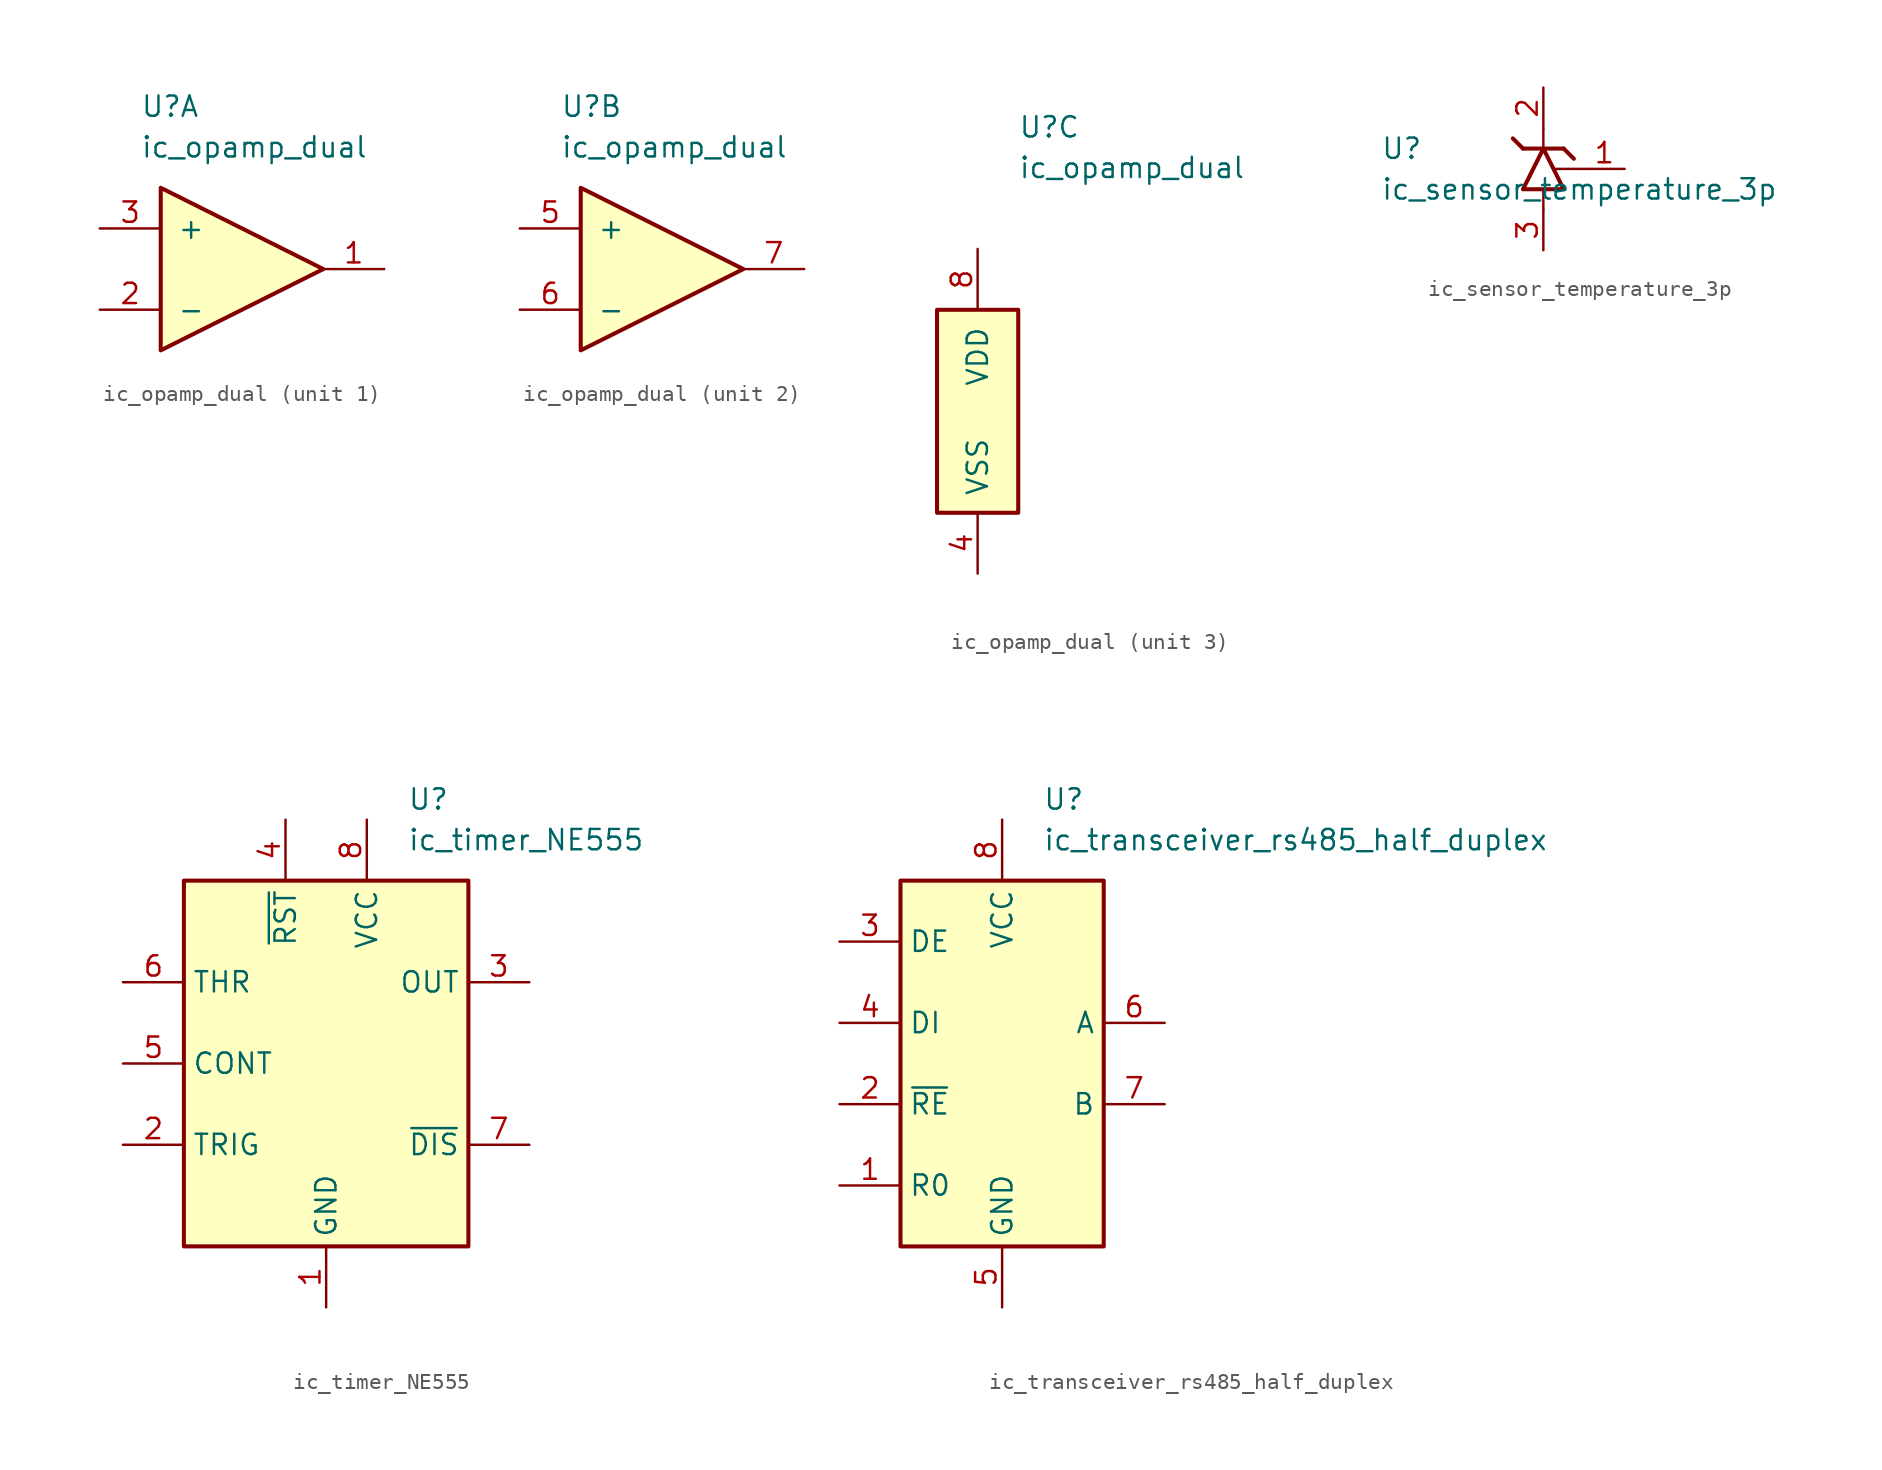
<source format=kicad_sym>
(kicad_symbol_lib
  (version 20241209)
  (generator "kicad_symbol_editor")
  (generator_version "9.0")
  (symbol "ic_opamp_dual"
    (pin_names
      (offset 1.016))
    (property "Reference" "U"
      (at 2.54 7.62 0)
      (effects (font (size 1.27 1.27)) (justify left)))
    (property "Value" "ic_opamp_dual"
      (at 2.54 5.08 0)
      (effects (font (size 1.27 1.27)) (justify left)))
    (property "ki_locked" ""
      (at 0 0 0)
      (effects (font (size 1.27 1.27))))
    (symbol "ic_opamp_dual_1_1"
      (polyline (pts (xy 3.81 2.54) (xy 3.81 -7.62) (xy 13.97 -2.54) (xy 3.81 2.54)) (stroke (width 0.254) (type default)) (fill (type background)))
      (pin input line (at 0 0 0) (length 3.81) (name "+" (effects (font (size 1.27 1.27)))) (number "3" (effects (font (size 1.27 1.27)))))
      (pin input line (at 0 -5.08 0) (length 3.81) (name "-" (effects (font (size 1.27 1.27)))) (number "2" (effects (font (size 1.27 1.27)))))
      (pin output line (at 17.78 -2.54 180) (length 3.81) (name "~" (effects (font (size 1.27 1.27)))) (number "1" (effects (font (size 1.27 1.27))))))
    (symbol "ic_opamp_dual_2_1"
      (polyline (pts (xy 3.81 2.54) (xy 3.81 -7.62) (xy 13.97 -2.54) (xy 3.81 2.54)) (stroke (width 0.254) (type default)) (fill (type background)))
      (pin input line (at 0 0 0) (length 3.81) (name "+" (effects (font (size 1.27 1.27)))) (number "5" (effects (font (size 1.27 1.27)))))
      (pin input line (at 0 -5.08 0) (length 3.81) (name "-" (effects (font (size 1.27 1.27)))) (number "6" (effects (font (size 1.27 1.27)))))
      (pin output line (at 17.78 -2.54 180) (length 3.81) (name "~" (effects (font (size 1.27 1.27)))) (number "7" (effects (font (size 1.27 1.27))))))
    (symbol "ic_opamp_dual_3_1"
      (rectangle (start -2.54 -3.81) (end 2.54 -16.51) (stroke (width 0.254) (type default)) (fill (type background)))
      (pin power_in line (at 0 0 270) (length 3.81) (name "VDD" (effects (font (size 1.27 1.27)))) (number "8" (effects (font (size 1.27 1.27)))))
      (pin power_in line (at 0 -20.32 90) (length 3.81) (name "VSS" (effects (font (size 1.27 1.27)))) (number "4" (effects (font (size 1.27 1.27)))))))
  (symbol "ic_sensor_temperature_3p"
    (pin_names
      (offset 1.016)
      (hide yes))
    (property "Reference" "U"
      (at -10.16 -3.81 0)
      (effects (font (size 1.27 1.27)) (justify left)))
    (property "Value" "ic_sensor_temperature_3p"
      (at -10.16 -6.35 0)
      (effects (font (size 1.27 1.27)) (justify left)))
    (symbol "ic_sensor_temperature_3p_0_1"
      (polyline (pts (xy -1.27 -3.81) (xy -1.905 -3.175)) (stroke (width 0.254) (type default)) (fill (type none)))
      (polyline (pts (xy -1.27 -6.35) (xy 1.27 -6.35) (xy 0 -3.81) (xy -1.27 -6.35)) (stroke (width 0.254) (type default)) (fill (type none)))
      (polyline (pts (xy 0 -2.54) (xy 0 -3.81)) (stroke (width 0) (type default)) (fill (type none)))
      (polyline (pts (xy 0 -7.62) (xy 0 -6.35)) (stroke (width 0) (type default)) (fill (type none)))
      (polyline (pts (xy 1.27 -3.81) (xy -1.27 -3.81)) (stroke (width 0.254) (type default)) (fill (type none)))
      (polyline (pts (xy 1.27 -3.81) (xy 1.905 -4.445)) (stroke (width 0.254) (type default)) (fill (type none)))
      (polyline (pts (xy 2.54 -5.08) (xy 0.762 -5.08)) (stroke (width 0) (type default)) (fill (type none))))
    (symbol "ic_sensor_temperature_3p_1_1"
      (pin passive line (at 0 0 270) (length 2.54) (name "" (effects (font (size 1.27 1.27)))) (number "2" (effects (font (size 1.27 1.27)))))
      (pin passive line (at 0 -10.16 90) (length 2.54) (name "" (effects (font (size 1.27 1.27)))) (number "3" (effects (font (size 1.27 1.27)))))
      (pin passive line (at 5.08 -5.08 180) (length 2.54) (name "" (effects (font (size 1.27 1.27)))) (number "1" (effects (font (size 1.27 1.27)))))))
  (symbol "ic_timer_NE555"
    (property "Reference" "U"
      (at 17.78 11.43 0)
      (effects (font (size 1.27 1.27)) (justify left)))
    (property "Value" "ic_timer_NE555"
      (at 17.78 8.89 0)
      (effects (font (size 1.27 1.27)) (justify left)))
    (symbol "ic_timer_NE555_0_1"
      (rectangle (start 3.81 6.35) (end 21.59 -16.51) (stroke (width 0.254) (type default)) (fill (type background))))
    (symbol "ic_timer_NE555_1_1"
      (pin input line (at 0 0 0) (length 3.81) (name "THR" (effects (font (size 1.27 1.27)))) (number "6" (effects (font (size 1.27 1.27)))))
      (pin input line (at 0 -5.08 0) (length 3.81) (name "CONT" (effects (font (size 1.27 1.27)))) (number "5" (effects (font (size 1.27 1.27)))))
      (pin input line (at 0 -10.16 0) (length 3.81) (name "TRIG" (effects (font (size 1.27 1.27)))) (number "2" (effects (font (size 1.27 1.27)))))
      (pin input line (at 10.16 10.16 270) (length 3.81) (name "~{RST}" (effects (font (size 1.27 1.27)))) (number "4" (effects (font (size 1.27 1.27)))))
      (pin power_in line (at 12.7 -20.32 90) (length 3.81) (name "GND" (effects (font (size 1.27 1.27)))) (number "1" (effects (font (size 1.27 1.27)))))
      (pin power_in line (at 15.24 10.16 270) (length 3.81) (name "VCC" (effects (font (size 1.27 1.27)))) (number "8" (effects (font (size 1.27 1.27)))))
      (pin output line (at 25.4 0 180) (length 3.81) (name "OUT" (effects (font (size 1.27 1.27)))) (number "3" (effects (font (size 1.27 1.27)))))
      (pin open_collector line (at 25.4 -10.16 180) (length 3.81) (name "~{DIS}" (effects (font (size 1.27 1.27)))) (number "7" (effects (font (size 1.27 1.27)))))))
  (symbol "ic_transceiver_rs485_half_duplex"
    (property "Reference" "U"
      (at 12.7 8.89 0)
      (effects (font (size 1.27 1.27)) (justify left)))
    (property "Value" "ic_transceiver_rs485_half_duplex"
      (at 12.7 6.35 0)
      (effects (font (size 1.27 1.27)) (justify left)))
    (symbol "ic_transceiver_rs485_half_duplex_0_1"
      (rectangle (start 3.81 3.81) (end 16.51 -19.05) (stroke (width 0.254) (type default)) (fill (type background))))
    (symbol "ic_transceiver_rs485_half_duplex_1_1"
      (pin input line (at 0 0 0) (length 3.81) (name "DE" (effects (font (size 1.27 1.27)))) (number "3" (effects (font (size 1.27 1.27)))))
      (pin input line (at 0 -5.08 0) (length 3.81) (name "DI" (effects (font (size 1.27 1.27)))) (number "4" (effects (font (size 1.27 1.27)))))
      (pin input line (at 0 -10.16 0) (length 3.81) (name "~{RE}" (effects (font (size 1.27 1.27)))) (number "2" (effects (font (size 1.27 1.27)))))
      (pin output line (at 0 -15.24 0) (length 3.81) (name "R0" (effects (font (size 1.27 1.27)))) (number "1" (effects (font (size 1.27 1.27)))))
      (pin power_in line (at 10.16 7.62 270) (length 3.81) (name "VCC" (effects (font (size 1.27 1.27)))) (number "8" (effects (font (size 1.27 1.27)))))
      (pin power_in line (at 10.16 -22.86 90) (length 3.81) (name "GND" (effects (font (size 1.27 1.27)))) (number "5" (effects (font (size 1.27 1.27)))))
      (pin bidirectional line (at 20.32 -5.08 180) (length 3.81) (name "A" (effects (font (size 1.27 1.27)))) (number "6" (effects (font (size 1.27 1.27)))))
      (pin bidirectional line (at 20.32 -10.16 180) (length 3.81) (name "B" (effects (font (size 1.27 1.27)))) (number "7" (effects (font (size 1.27 1.27))))))))
</source>
